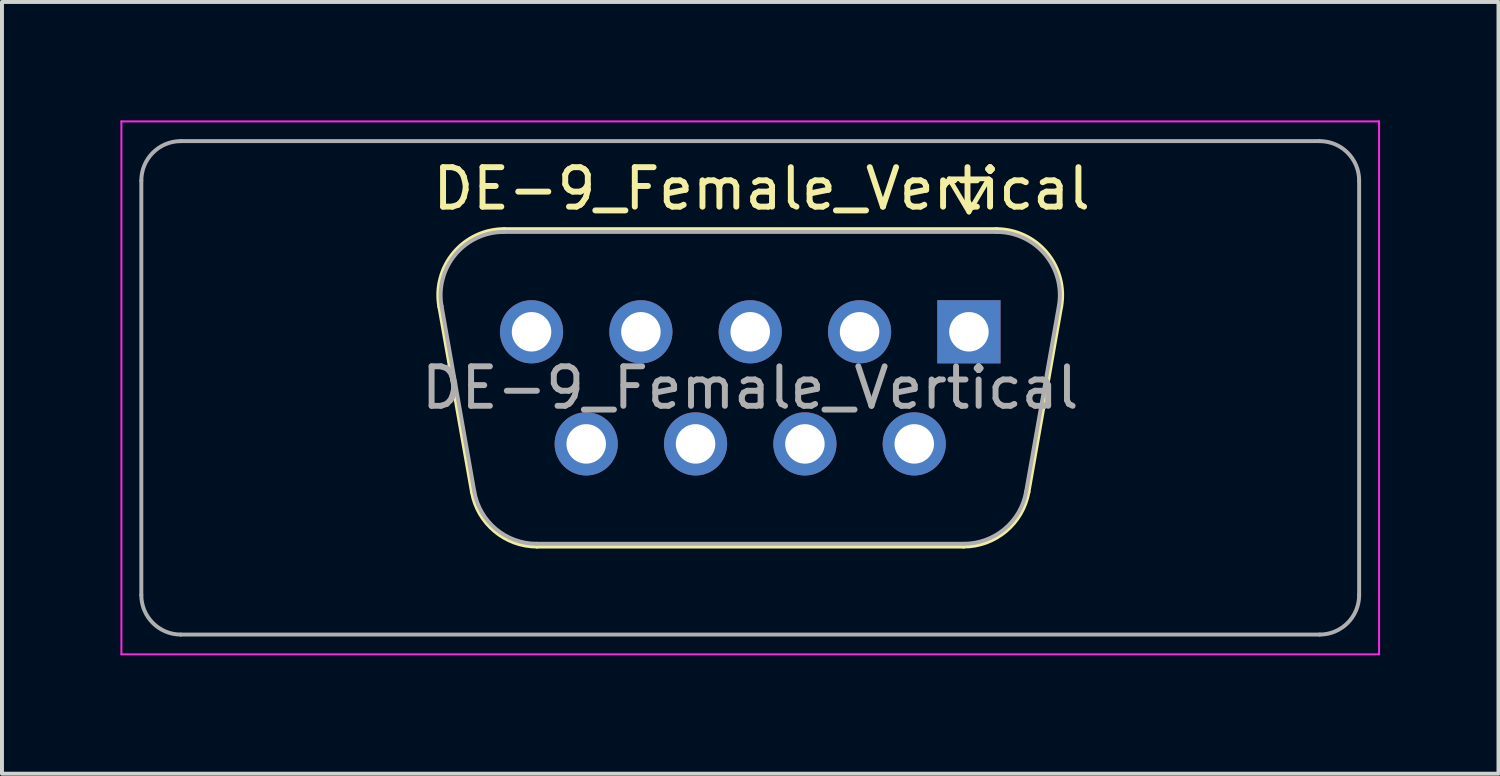
<source format=kicad_pcb>
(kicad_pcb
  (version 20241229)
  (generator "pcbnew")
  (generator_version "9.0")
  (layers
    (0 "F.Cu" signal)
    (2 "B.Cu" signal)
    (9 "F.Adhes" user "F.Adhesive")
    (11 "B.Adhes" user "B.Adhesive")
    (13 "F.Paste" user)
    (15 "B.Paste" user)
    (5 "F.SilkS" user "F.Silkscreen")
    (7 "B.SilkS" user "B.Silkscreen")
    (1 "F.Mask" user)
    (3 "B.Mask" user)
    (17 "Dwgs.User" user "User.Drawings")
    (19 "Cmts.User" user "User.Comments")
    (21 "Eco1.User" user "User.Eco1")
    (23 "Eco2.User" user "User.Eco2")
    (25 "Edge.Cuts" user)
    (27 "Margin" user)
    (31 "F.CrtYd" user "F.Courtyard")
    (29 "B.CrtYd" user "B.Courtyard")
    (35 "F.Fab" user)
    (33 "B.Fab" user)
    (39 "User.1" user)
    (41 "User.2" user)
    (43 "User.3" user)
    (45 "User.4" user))
  (footprint "DE-9_Female_Vertical"
    (layer "F.Cu")
    (at 21.495 5.355)
    (property "Reference" "DE-9_Female_Vertical" (at -5.25 -3.625 0) (layer "F.SilkS") (effects (font (size 1 1) (thickness 0.15))))
    (attr through_hole)
    (fp_line (start -13.406 -0.642) (end -12.578 4.058) (stroke (width 0.12) (type solid)) (layer "F.SilkS"))
    (fp_line (start -11.772 -2.59) (end 0.692 -2.59) (stroke (width 0.12) (type solid)) (layer "F.SilkS"))
    (fp_line (start -10.943 5.43) (end -0.137 5.43) (stroke (width 0.12) (type solid)) (layer "F.SilkS"))
    (fp_line (start -0.5 -3.875) (end 0.5 -3.875) (stroke (width 0.12) (type solid)) (layer "F.SilkS"))
    (fp_line (start 0 -3.033) (end -0.5 -3.875) (stroke (width 0.12) (type solid)) (layer "F.SilkS"))
    (fp_line (start 0.5 -3.875) (end 0 -3.033) (stroke (width 0.12) (type solid)) (layer "F.SilkS"))
    (fp_line (start 2.326 -0.642) (end 1.498 4.058) (stroke (width 0.12) (type solid)) (layer "F.SilkS"))
    (fp_arc (start -13.40647 -0.641744) (mid -13.043323 -1.997027) (end -11.771689 -2.59) (stroke (width 0.12) (type solid)) (layer "F.SilkS"))
    (fp_arc (start -10.942952 5.43) (mid -12.00998 5.041634) (end -12.577733 4.058256) (stroke (width 0.12) (type solid)) (layer "F.SilkS"))
    (fp_arc (start 0.691689 -2.59) (mid 1.963323 -1.997027) (end 2.32647 -0.641744) (stroke (width 0.12) (type solid)) (layer "F.SilkS"))
    (fp_arc (start 1.497733 4.058256) (mid 0.92998 5.041634) (end -0.137048 5.43) (stroke (width 0.12) (type solid)) (layer "F.SilkS"))
    (fp_line (start -21.47 -5.33) (end -21.47 8.17) (stroke (width 0.05) (type solid)) (layer "F.CrtYd"))
    (fp_line (start -21.47 8.17) (end 10.39 8.17) (stroke (width 0.05) (type solid)) (layer "F.CrtYd"))
    (fp_line (start 10.39 -5.33) (end -21.47 -5.33) (stroke (width 0.05) (type solid)) (layer "F.CrtYd"))
    (fp_line (start 10.39 8.17) (end 10.39 -5.33) (stroke (width 0.05) (type solid)) (layer "F.CrtYd"))
    (fp_line (start -20.965 6.67) (end -20.965 -3.83) (stroke (width 0.1) (type solid)) (layer "F.Fab"))
    (fp_line (start -19.965 -4.83) (end 8.885 -4.83) (stroke (width 0.1) (type solid)) (layer "F.Fab"))
    (fp_line (start -13.359 -0.652) (end -12.53 4.048) (stroke (width 0.1) (type solid)) (layer "F.Fab"))
    (fp_line (start -11.783 -2.53) (end 0.703 -2.53) (stroke (width 0.1) (type solid)) (layer "F.Fab"))
    (fp_line (start -10.954 5.37) (end -0.126 5.37) (stroke (width 0.1) (type solid)) (layer "F.Fab"))
    (fp_line (start 2.279 -0.652) (end 1.45 4.048) (stroke (width 0.1) (type solid)) (layer "F.Fab"))
    (fp_line (start 8.885 7.67) (end -19.965 7.67) (stroke (width 0.1) (type solid)) (layer "F.Fab"))
    (fp_line (start 9.885 -3.83) (end 9.885 6.67) (stroke (width 0.1) (type solid)) (layer "F.Fab"))
    (fp_arc (start -20.965 -3.83) (mid -20.672107 -4.537107) (end -19.965 -4.83) (stroke (width 0.1) (type solid)) (layer "F.Fab"))
    (fp_arc (start -19.965 7.67) (mid -20.672107 7.377107) (end -20.965 6.67) (stroke (width 0.1) (type solid)) (layer "F.Fab"))
    (fp_arc (start -13.358887 -0.652163) (mid -13.008865 -1.95846) (end -11.783194 -2.53) (stroke (width 0.1) (type solid)) (layer "F.Fab"))
    (fp_arc (start -10.954457 5.37) (mid -11.982918 4.995671) (end -12.53015 4.047837) (stroke (width 0.1) (type solid)) (layer "F.Fab"))
    (fp_arc (start 0.703194 -2.53) (mid 1.928865 -1.95846) (end 2.278887 -0.652163) (stroke (width 0.1) (type solid)) (layer "F.Fab"))
    (fp_arc (start 1.45015 4.047837) (mid 0.902918 4.995671) (end -0.125543 5.37) (stroke (width 0.1) (type solid)) (layer "F.Fab"))
    (fp_arc (start 8.885 -4.83) (mid 9.592107 -4.537107) (end 9.885 -3.83) (stroke (width 0.1) (type solid)) (layer "F.Fab"))
    (fp_arc (start 9.885 6.67) (mid 9.592107 7.377107) (end 8.885 7.67) (stroke (width 0.1) (type solid)) (layer "F.Fab"))
    (fp_text user "${REFERENCE}" (at -5.54 1.42 0) (layer "F.Fab") (effects (font (size 1 1) (thickness 0.15))))
    (pad "1" thru_hole rect (at 0 0) (size 1.6 1.6) (drill 1) (layers "*.Cu" "*.Mask"))
    (pad "2" thru_hole circle (at -2.77 0) (size 1.6 1.6) (drill 1) (layers "*.Cu" "*.Mask"))
    (pad "3" thru_hole circle (at -5.54 0) (size 1.6 1.6) (drill 1) (layers "*.Cu" "*.Mask"))
    (pad "4" thru_hole circle (at -8.31 0) (size 1.6 1.6) (drill 1) (layers "*.Cu" "*.Mask"))
    (pad "5" thru_hole circle (at -11.08 0) (size 1.6 1.6) (drill 1) (layers "*.Cu" "*.Mask"))
    (pad "6" thru_hole circle (at -1.385 2.84) (size 1.6 1.6) (drill 1) (layers "*.Cu" "*.Mask"))
    (pad "7" thru_hole circle (at -4.155 2.84) (size 1.6 1.6) (drill 1) (layers "*.Cu" "*.Mask"))
    (pad "8" thru_hole circle (at -6.925 2.84) (size 1.6 1.6) (drill 1) (layers "*.Cu" "*.Mask"))
    (pad "9" thru_hole circle (at -9.695 2.84) (size 1.6 1.6) (drill 1) (layers "*.Cu" "*.Mask")))
  (gr_rect
    (start -3 -3)
    (end 34.91 16.55)
    (stroke (width 0.1) (type default))
    (fill no)
    (layer "Edge.Cuts")))
</source>
